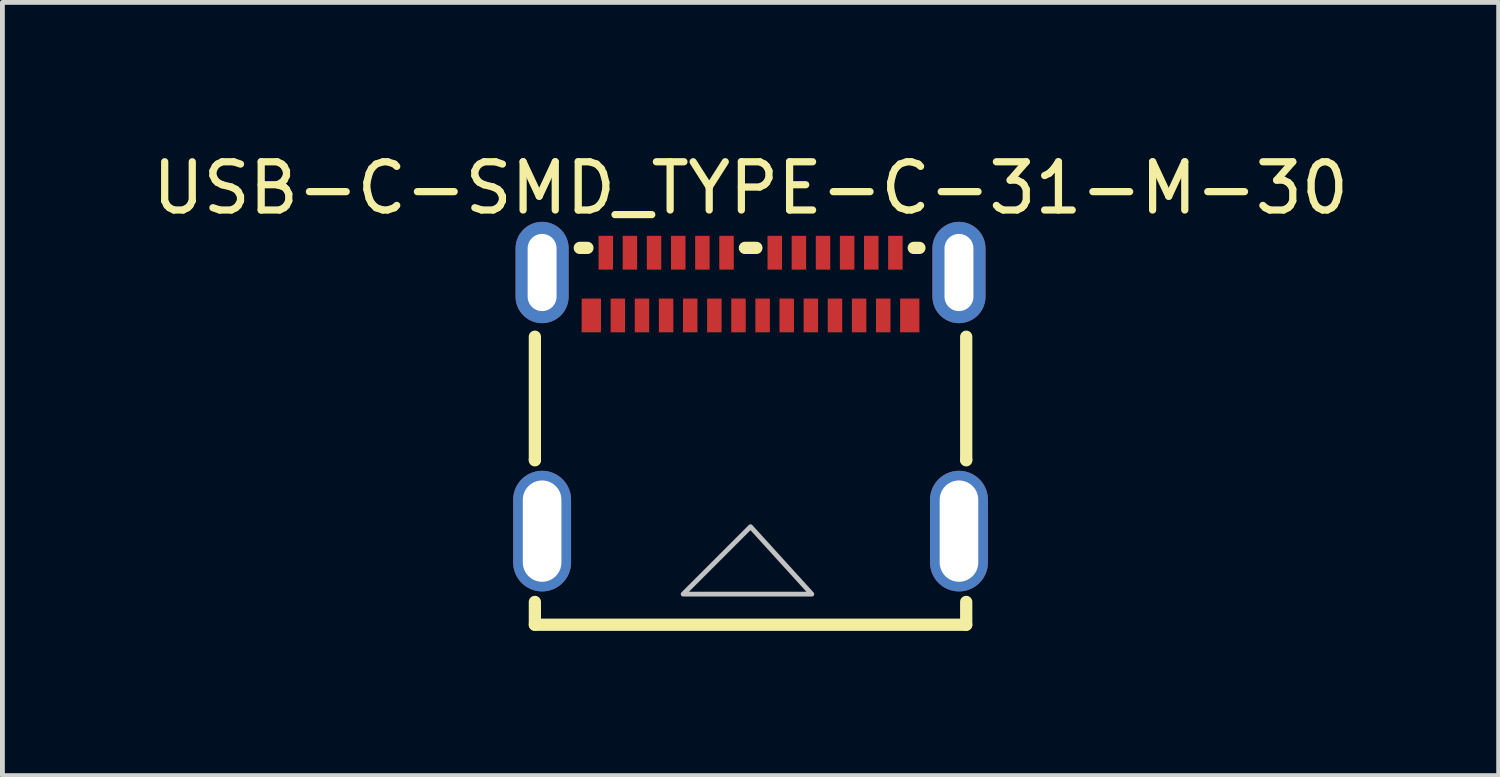
<source format=kicad_pcb>
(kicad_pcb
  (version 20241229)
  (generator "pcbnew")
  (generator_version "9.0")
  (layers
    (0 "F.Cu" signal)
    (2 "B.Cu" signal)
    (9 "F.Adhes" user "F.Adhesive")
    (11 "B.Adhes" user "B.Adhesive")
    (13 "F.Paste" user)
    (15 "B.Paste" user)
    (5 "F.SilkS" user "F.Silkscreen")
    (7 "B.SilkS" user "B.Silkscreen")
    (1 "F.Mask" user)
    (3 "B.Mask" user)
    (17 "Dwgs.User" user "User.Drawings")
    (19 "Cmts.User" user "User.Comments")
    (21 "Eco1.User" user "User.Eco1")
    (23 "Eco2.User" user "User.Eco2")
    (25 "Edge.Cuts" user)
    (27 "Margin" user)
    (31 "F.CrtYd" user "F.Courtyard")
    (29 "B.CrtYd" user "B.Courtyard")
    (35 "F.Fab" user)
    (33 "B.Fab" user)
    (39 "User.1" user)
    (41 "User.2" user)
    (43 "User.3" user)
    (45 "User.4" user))
  (footprint "USB-C-SMD_TYPE-C-31-M-30"
    (layer "F.Cu")
    (at 12.506 5.073)
    (property "Reference" "USB-C-SMD_TYPE-C-31-M-30" (at 0.00025 -4.225 0) (unlocked yes) (layer "F.SilkS") (effects (font (size 1 1) (thickness 0.15))))
    (fp_line (start -4.47 1.404) (end -4.47 -1.144) (stroke (width 0.254) (type default)) (layer "F.SilkS"))
    (fp_line (start -4.47 1.404) (end -4.47 1.417) (stroke (width 0.254) (type default)) (layer "F.SilkS"))
    (fp_line (start -4.47 4.353) (end -4.47 4.825) (stroke (width 0.254) (type default)) (layer "F.SilkS"))
    (fp_line (start -4.47 4.825) (end 4.47 4.825) (stroke (width 0.254) (type default)) (layer "F.SilkS"))
    (fp_line (start -3.539 -2.985) (end -3.381 -2.985) (stroke (width 0.254) (type default)) (layer "F.SilkS"))
    (fp_line (start -0.117 -2.985) (end 0.121 -2.985) (stroke (width 0.254) (type default)) (layer "F.SilkS"))
    (fp_line (start 3.383 -2.985) (end 3.5 -2.985) (stroke (width 0.254) (type default)) (layer "F.SilkS"))
    (fp_line (start 4.47 -1.144) (end 4.47 1.404) (stroke (width 0.254) (type default)) (layer "F.SilkS"))
    (fp_line (start 4.47 1.417) (end 4.47 1.404) (stroke (width 0.254) (type default)) (layer "F.SilkS"))
    (fp_line (start 4.47 4.825) (end 4.47 4.353) (stroke (width 0.254) (type default)) (layer "F.SilkS"))
    (fp_poly (pts (xy -3.5 -1.935) (xy -3.1 -1.935) (xy -3.1 -1.235) (xy -3.5 -1.235)) (stroke (width 0) (type default)) (fill yes) (layer "F.Paste"))
    (fp_poly (pts (xy -3.15 -3.235) (xy -2.849 -3.235) (xy -2.849 -2.534) (xy -3.15 -2.534)) (stroke (width 0) (type default)) (fill yes) (layer "F.Paste"))
    (fp_poly (pts (xy -2.9 -1.935) (xy -2.6 -1.935) (xy -2.6 -1.235) (xy -2.9 -1.235)) (stroke (width 0) (type default)) (fill yes) (layer "F.Paste"))
    (fp_poly (pts (xy -2.65 -3.235) (xy -2.349 -3.235) (xy -2.349 -2.534) (xy -2.65 -2.534)) (stroke (width 0) (type default)) (fill yes) (layer "F.Paste"))
    (fp_poly (pts (xy -2.4 -1.935) (xy -2.1 -1.935) (xy -2.1 -1.235) (xy -2.4 -1.235)) (stroke (width 0) (type default)) (fill yes) (layer "F.Paste"))
    (fp_poly (pts (xy -2.15 -3.235) (xy -1.849 -3.235) (xy -1.849 -2.534) (xy -2.15 -2.534)) (stroke (width 0) (type default)) (fill yes) (layer "F.Paste"))
    (fp_poly (pts (xy -1.9 -1.935) (xy -1.6 -1.935) (xy -1.6 -1.235) (xy -1.9 -1.235)) (stroke (width 0) (type default)) (fill yes) (layer "F.Paste"))
    (fp_poly (pts (xy -1.647 -3.235) (xy -1.347 -3.235) (xy -1.347 -2.534) (xy -1.647 -2.534)) (stroke (width 0) (type default)) (fill yes) (layer "F.Paste"))
    (fp_poly (pts (xy -1.4 -1.935) (xy -1.1 -1.935) (xy -1.1 -1.235) (xy -1.4 -1.235)) (stroke (width 0) (type default)) (fill yes) (layer "F.Paste"))
    (fp_poly (pts (xy -1.147 -3.235) (xy -0.848 -3.235) (xy -0.848 -2.534) (xy -1.147 -2.534)) (stroke (width 0) (type default)) (fill yes) (layer "F.Paste"))
    (fp_poly (pts (xy -0.9 -1.935) (xy -0.6 -1.935) (xy -0.6 -1.235) (xy -0.9 -1.235)) (stroke (width 0) (type default)) (fill yes) (layer "F.Paste"))
    (fp_poly (pts (xy -0.647 -3.235) (xy -0.347 -3.235) (xy -0.347 -2.534) (xy -0.647 -2.534)) (stroke (width 0) (type default)) (fill yes) (layer "F.Paste"))
    (fp_poly (pts (xy -0.4 -1.935) (xy -0.1 -1.935) (xy -0.1 -1.235) (xy -0.4 -1.235)) (stroke (width 0) (type default)) (fill yes) (layer "F.Paste"))
    (fp_poly (pts (xy 0.1 -1.935) (xy 0.4 -1.935) (xy 0.4 -1.235) (xy 0.1 -1.235)) (stroke (width 0) (type default)) (fill yes) (layer "F.Paste"))
    (fp_poly (pts (xy 0.352 -3.235) (xy 0.653 -3.235) (xy 0.653 -2.534) (xy 0.352 -2.534)) (stroke (width 0) (type default)) (fill yes) (layer "F.Paste"))
    (fp_poly (pts (xy 0.6 -1.935) (xy 0.9 -1.935) (xy 0.9 -1.235) (xy 0.6 -1.235)) (stroke (width 0) (type default)) (fill yes) (layer "F.Paste"))
    (fp_poly (pts (xy 0.853 -3.235) (xy 1.153 -3.235) (xy 1.153 -2.534) (xy 0.853 -2.534)) (stroke (width 0) (type default)) (fill yes) (layer "F.Paste"))
    (fp_poly (pts (xy 1.1 -1.935) (xy 1.4 -1.935) (xy 1.4 -1.235) (xy 1.1 -1.235)) (stroke (width 0) (type default)) (fill yes) (layer "F.Paste"))
    (fp_poly (pts (xy 1.353 -3.235) (xy 1.653 -3.235) (xy 1.653 -2.534) (xy 1.353 -2.534)) (stroke (width 0) (type default)) (fill yes) (layer "F.Paste"))
    (fp_poly (pts (xy 1.6 -1.935) (xy 1.9 -1.935) (xy 1.9 -1.235) (xy 1.6 -1.235)) (stroke (width 0) (type default)) (fill yes) (layer "F.Paste"))
    (fp_poly (pts (xy 1.853 -3.235) (xy 2.152 -3.235) (xy 2.152 -2.534) (xy 1.853 -2.534)) (stroke (width 0) (type default)) (fill yes) (layer "F.Paste"))
    (fp_poly (pts (xy 2.1 -1.935) (xy 2.4 -1.935) (xy 2.4 -1.235) (xy 2.1 -1.235)) (stroke (width 0) (type default)) (fill yes) (layer "F.Paste"))
    (fp_poly (pts (xy 2.353 -3.235) (xy 2.652 -3.235) (xy 2.652 -2.534) (xy 2.353 -2.534)) (stroke (width 0) (type default)) (fill yes) (layer "F.Paste"))
    (fp_poly (pts (xy 2.6 -1.935) (xy 2.9 -1.935) (xy 2.9 -1.235) (xy 2.6 -1.235)) (stroke (width 0) (type default)) (fill yes) (layer "F.Paste"))
    (fp_poly (pts (xy 2.853 -3.235) (xy 3.152 -3.235) (xy 3.152 -2.534) (xy 2.853 -2.534)) (stroke (width 0) (type default)) (fill yes) (layer "F.Paste"))
    (fp_poly (pts (xy 3.1 -1.935) (xy 3.5 -1.935) (xy 3.5 -1.235) (xy 3.1 -1.235)) (stroke (width 0) (type default)) (fill yes) (layer "F.Paste"))
    (fp_poly (pts (arc (start -4.87 -2.975) (mid -4.32 -3.525) (end -3.77 -2.975)) (arc (start -3.77 -1.975) (mid -4.32 -1.425) (end -4.87 -1.975))) (stroke (width 0) (type default)) (fill yes) (layer "F.Paste"))
    (fp_poly (pts (arc (start 3.77 -2.975) (mid 4.32 -3.525) (end 4.87 -2.975)) (arc (start 4.87 -1.975) (mid 4.32 -1.425) (end 3.77 -1.975))) (stroke (width 0) (type default)) (fill yes) (layer "F.Paste"))
    (fp_poly (pts (arc (start -4.9195 2.235) (mid -4.3195 1.635) (end -3.7195 2.235)) (arc (start -3.7195 3.535) (mid -4.3195 4.135) (end -4.9195 3.535))) (stroke (width 0) (type default)) (fill yes) (layer "F.Paste"))
    (fp_poly (pts (arc (start 3.7205 2.235) (mid 4.3205 1.635) (end 4.9205 2.235)) (arc (start 4.9205 3.535) (mid 4.3205 4.135) (end 3.7205 3.535))) (stroke (width 0) (type default)) (fill yes) (layer "F.Paste"))
    (fp_poly (pts (xy 0 2.794) (xy -1.397 4.191) (xy 1.27 4.191)) (stroke (width 0.1) (type default)) (fill no) (layer "Dwgs.User"))
    (fp_poly (pts (xy -4.47 -2.975) (xy -4.17 -2.975) (xy -4.17 -1.975) (xy -4.47 -1.975)) (stroke (width 0.1) (type default)) (fill no) (layer "User.1"))
    (fp_poly (pts (xy -4.47 2.135) (xy -4.17 2.135) (xy -4.17 3.635) (xy -4.47 3.635)) (stroke (width 0.1) (type default)) (fill no) (layer "User.1"))
    (fp_poly (pts (xy -3.45 -1.835) (xy -3.15 -1.835) (xy -3.15 -1.335) (xy -3.45 -1.335)) (stroke (width 0.1) (type default)) (fill no) (layer "User.1"))
    (fp_poly (pts (xy -3.1 -3.065) (xy -2.9 -3.065) (xy -2.9 -2.565) (xy -3.1 -2.565)) (stroke (width 0.1) (type default)) (fill no) (layer "User.1"))
    (fp_poly (pts (xy -2.85 -1.835) (xy -2.65 -1.835) (xy -2.65 -1.335) (xy -2.85 -1.335)) (stroke (width 0.1) (type default)) (fill no) (layer "User.1"))
    (fp_poly (pts (xy -2.6 -3.065) (xy -2.4 -3.065) (xy -2.4 -2.565) (xy -2.6 -2.565)) (stroke (width 0.1) (type default)) (fill no) (layer "User.1"))
    (fp_poly (pts (xy -2.35 -1.835) (xy -2.15 -1.835) (xy -2.15 -1.335) (xy -2.35 -1.335)) (stroke (width 0.1) (type default)) (fill no) (layer "User.1"))
    (fp_poly (pts (xy -2.1 -3.065) (xy -1.9 -3.065) (xy -1.9 -2.565) (xy -2.1 -2.565)) (stroke (width 0.1) (type default)) (fill no) (layer "User.1"))
    (fp_poly (pts (xy -1.85 -1.835) (xy -1.65 -1.835) (xy -1.65 -1.335) (xy -1.85 -1.335)) (stroke (width 0.1) (type default)) (fill no) (layer "User.1"))
    (fp_poly (pts (xy -1.598 -3.065) (xy -1.398 -3.065) (xy -1.398 -2.565) (xy -1.598 -2.565)) (stroke (width 0.1) (type default)) (fill no) (layer "User.1"))
    (fp_poly (pts (xy -1.35 -1.835) (xy -1.15 -1.835) (xy -1.15 -1.335) (xy -1.35 -1.335)) (stroke (width 0.1) (type default)) (fill no) (layer "User.1"))
    (fp_poly (pts (xy -1.098 -3.065) (xy -0.898 -3.065) (xy -0.898 -2.565) (xy -1.098 -2.565)) (stroke (width 0.1) (type default)) (fill no) (layer "User.1"))
    (fp_poly (pts (xy -0.85 -1.835) (xy -0.65 -1.835) (xy -0.65 -1.335) (xy -0.85 -1.335)) (stroke (width 0.1) (type default)) (fill no) (layer "User.1"))
    (fp_poly (pts (xy -0.598 -3.065) (xy -0.398 -3.065) (xy -0.398 -2.565) (xy -0.598 -2.565)) (stroke (width 0.1) (type default)) (fill no) (layer "User.1"))
    (fp_poly (pts (xy -0.35 -1.835) (xy -0.15 -1.835) (xy -0.15 -1.335) (xy -0.35 -1.335)) (stroke (width 0.1) (type default)) (fill no) (layer "User.1"))
    (fp_poly (pts (xy 0.15 -1.835) (xy 0.35 -1.835) (xy 0.35 -1.335) (xy 0.15 -1.335)) (stroke (width 0.1) (type default)) (fill no) (layer "User.1"))
    (fp_poly (pts (xy 0.402 -3.065) (xy 0.602 -3.065) (xy 0.602 -2.565) (xy 0.402 -2.565)) (stroke (width 0.1) (type default)) (fill no) (layer "User.1"))
    (fp_poly (pts (xy 0.65 -1.835) (xy 0.85 -1.835) (xy 0.85 -1.335) (xy 0.65 -1.335)) (stroke (width 0.1) (type default)) (fill no) (layer "User.1"))
    (fp_poly (pts (xy 0.902 -3.065) (xy 1.102 -3.065) (xy 1.102 -2.565) (xy 0.902 -2.565)) (stroke (width 0.1) (type default)) (fill no) (layer "User.1"))
    (fp_poly (pts (xy 1.15 -1.835) (xy 1.35 -1.835) (xy 1.35 -1.335) (xy 1.15 -1.335)) (stroke (width 0.1) (type default)) (fill no) (layer "User.1"))
    (fp_poly (pts (xy 1.402 -3.065) (xy 1.602 -3.065) (xy 1.602 -2.565) (xy 1.402 -2.565)) (stroke (width 0.1) (type default)) (fill no) (layer "User.1"))
    (fp_poly (pts (xy 1.65 -1.835) (xy 1.85 -1.835) (xy 1.85 -1.335) (xy 1.65 -1.335)) (stroke (width 0.1) (type default)) (fill no) (layer "User.1"))
    (fp_poly (pts (xy 1.902 -3.065) (xy 2.102 -3.065) (xy 2.102 -2.565) (xy 1.902 -2.565)) (stroke (width 0.1) (type default)) (fill no) (layer "User.1"))
    (fp_poly (pts (xy 2.15 -1.835) (xy 2.35 -1.835) (xy 2.35 -1.335) (xy 2.15 -1.335)) (stroke (width 0.1) (type default)) (fill no) (layer "User.1"))
    (fp_poly (pts (xy 2.402 -3.065) (xy 2.602 -3.065) (xy 2.602 -2.565) (xy 2.402 -2.565)) (stroke (width 0.1) (type default)) (fill no) (layer "User.1"))
    (fp_poly (pts (xy 2.65 -1.835) (xy 2.85 -1.835) (xy 2.85 -1.335) (xy 2.65 -1.335)) (stroke (width 0.1) (type default)) (fill no) (layer "User.1"))
    (fp_poly (pts (xy 2.902 -3.065) (xy 3.102 -3.065) (xy 3.102 -2.565) (xy 2.902 -2.565)) (stroke (width 0.1) (type default)) (fill no) (layer "User.1"))
    (fp_poly (pts (xy 3.15 -1.835) (xy 3.45 -1.835) (xy 3.45 -1.335) (xy 3.15 -1.335)) (stroke (width 0.1) (type default)) (fill no) (layer "User.1"))
    (fp_poly (pts (xy 4.17 -2.975) (xy 4.47 -2.975) (xy 4.47 -1.975) (xy 4.17 -1.975)) (stroke (width 0.1) (type default)) (fill no) (layer "User.1"))
    (fp_poly (pts (xy 4.17 2.135) (xy 4.47 2.135) (xy 4.47 3.635) (xy 4.17 3.635)) (stroke (width 0.1) (type default)) (fill no) (layer "User.1"))
    (fp_line (start -4.47 -2.975) (end 4.47 -2.975) (stroke (width 0.051) (type default)) (layer "User.2"))
    (fp_line (start -4.47 4.835) (end -4.47 -2.975) (stroke (width 0.051) (type default)) (layer "User.2"))
    (fp_line (start 4.47 -2.975) (end 4.47 4.835) (stroke (width 0.051) (type default)) (layer "User.2"))
    (fp_line (start 4.47 4.835) (end -4.47 4.835) (stroke (width 0.051) (type default)) (layer "User.2"))
    (fp_poly (pts (xy -4.41 -3.065) (xy -4.428 -3.107) (xy -4.47 -3.125) (xy -4.512 -3.107) (xy -4.53 -3.065) (xy -4.512 -3.023) (xy -4.47 -3.005) (xy -4.428 -3.023)) (stroke (width 0.1) (type default)) (fill no) (layer "User.3"))
    (pad "25" thru_hole oval (at -4.32 -2.475) (size 1.1 2.1) (drill oval 0.6 1.6) (layers "*.Cu" "*.Mask"))
    (pad "25" thru_hole oval (at -4.32 2.885) (size 1.2 2.5) (drill oval 0.8 2.1) (layers "*.Cu" "*.Mask"))
    (pad "25" thru_hole oval (at 4.32 -2.475) (size 1.1 2.1) (drill oval 0.6 1.6) (layers "*.Cu" "*.Mask"))
    (pad "25" thru_hole oval (at 4.32 2.885) (size 1.2 2.5) (drill oval 0.8 2.1) (layers "*.Cu" "*.Mask"))
    (pad "A1" smd rect (at -3 -2.885) (size 0.3 0.7) (layers "F.Cu" "F.Mask" "F.Paste"))
    (pad "A2" smd rect (at -2.5 -2.885) (size 0.3 0.7) (layers "F.Cu" "F.Mask" "F.Paste"))
    (pad "A3" smd rect (at -2 -2.885) (size 0.3 0.7) (layers "F.Cu" "F.Mask" "F.Paste"))
    (pad "A4" smd rect (at -1.498 -2.885) (size 0.3 0.7) (layers "F.Cu" "F.Mask" "F.Paste"))
    (pad "A5" smd rect (at -0.998 -2.885) (size 0.3 0.7) (layers "F.Cu" "F.Mask" "F.Paste"))
    (pad "A6" smd rect (at -0.498 -2.885) (size 0.3 0.7) (layers "F.Cu" "F.Mask" "F.Paste"))
    (pad "A7" smd rect (at 0.502 -2.885) (size 0.3 0.7) (layers "F.Cu" "F.Mask" "F.Paste"))
    (pad "A8" smd rect (at 1.002 -2.885) (size 0.3 0.7) (layers "F.Cu" "F.Mask" "F.Paste"))
    (pad "A9" smd rect (at 1.502 -2.885) (size 0.3 0.7) (layers "F.Cu" "F.Mask" "F.Paste"))
    (pad "A10" smd rect (at 2.002 -2.885) (size 0.3 0.7) (layers "F.Cu" "F.Mask" "F.Paste"))
    (pad "A11" smd rect (at 2.502 -2.885) (size 0.3 0.7) (layers "F.Cu" "F.Mask" "F.Paste"))
    (pad "A12" smd rect (at 3.002 -2.885) (size 0.3 0.7) (layers "F.Cu" "F.Mask" "F.Paste"))
    (pad "B1" smd rect (at 3.3 -1.585) (size 0.4 0.7) (layers "F.Cu" "F.Mask" "F.Paste"))
    (pad "B2" smd rect (at 2.75 -1.585) (size 0.3 0.7) (layers "F.Cu" "F.Mask" "F.Paste"))
    (pad "B3" smd rect (at 2.25 -1.585) (size 0.3 0.7) (layers "F.Cu" "F.Mask" "F.Paste"))
    (pad "B4" smd rect (at 1.75 -1.585) (size 0.3 0.7) (layers "F.Cu" "F.Mask" "F.Paste"))
    (pad "B5" smd rect (at 1.25 -1.585) (size 0.3 0.7) (layers "F.Cu" "F.Mask" "F.Paste"))
    (pad "B6" smd rect (at 0.75 -1.585) (size 0.3 0.7) (layers "F.Cu" "F.Mask" "F.Paste"))
    (pad "B7" smd rect (at 0.25 -1.585) (size 0.3 0.7) (layers "F.Cu" "F.Mask" "F.Paste"))
    (pad "B8" smd rect (at -0.25 -1.585) (size 0.3 0.7) (layers "F.Cu" "F.Mask" "F.Paste"))
    (pad "B9" smd rect (at -0.75 -1.585) (size 0.3 0.7) (layers "F.Cu" "F.Mask" "F.Paste"))
    (pad "B10" smd rect (at -1.25 -1.585) (size 0.3 0.7) (layers "F.Cu" "F.Mask" "F.Paste"))
    (pad "B11" smd rect (at -1.75 -1.585) (size 0.3 0.7) (layers "F.Cu" "F.Mask" "F.Paste"))
    (pad "B12" smd rect (at -2.25 -1.585) (size 0.3 0.7) (layers "F.Cu" "F.Mask" "F.Paste"))
    (pad "B13" smd rect (at -2.75 -1.585) (size 0.3 0.7) (layers "F.Cu" "F.Mask" "F.Paste"))
    (pad "B14" smd rect (at -3.3 -1.585) (size 0.4 0.7) (layers "F.Cu" "F.Mask" "F.Paste")))
  (gr_rect
    (start -3 -3)
    (end 28.012 13.025)
    (stroke (width 0.1) (type default))
    (fill no)
    (layer "Edge.Cuts")))
</source>
